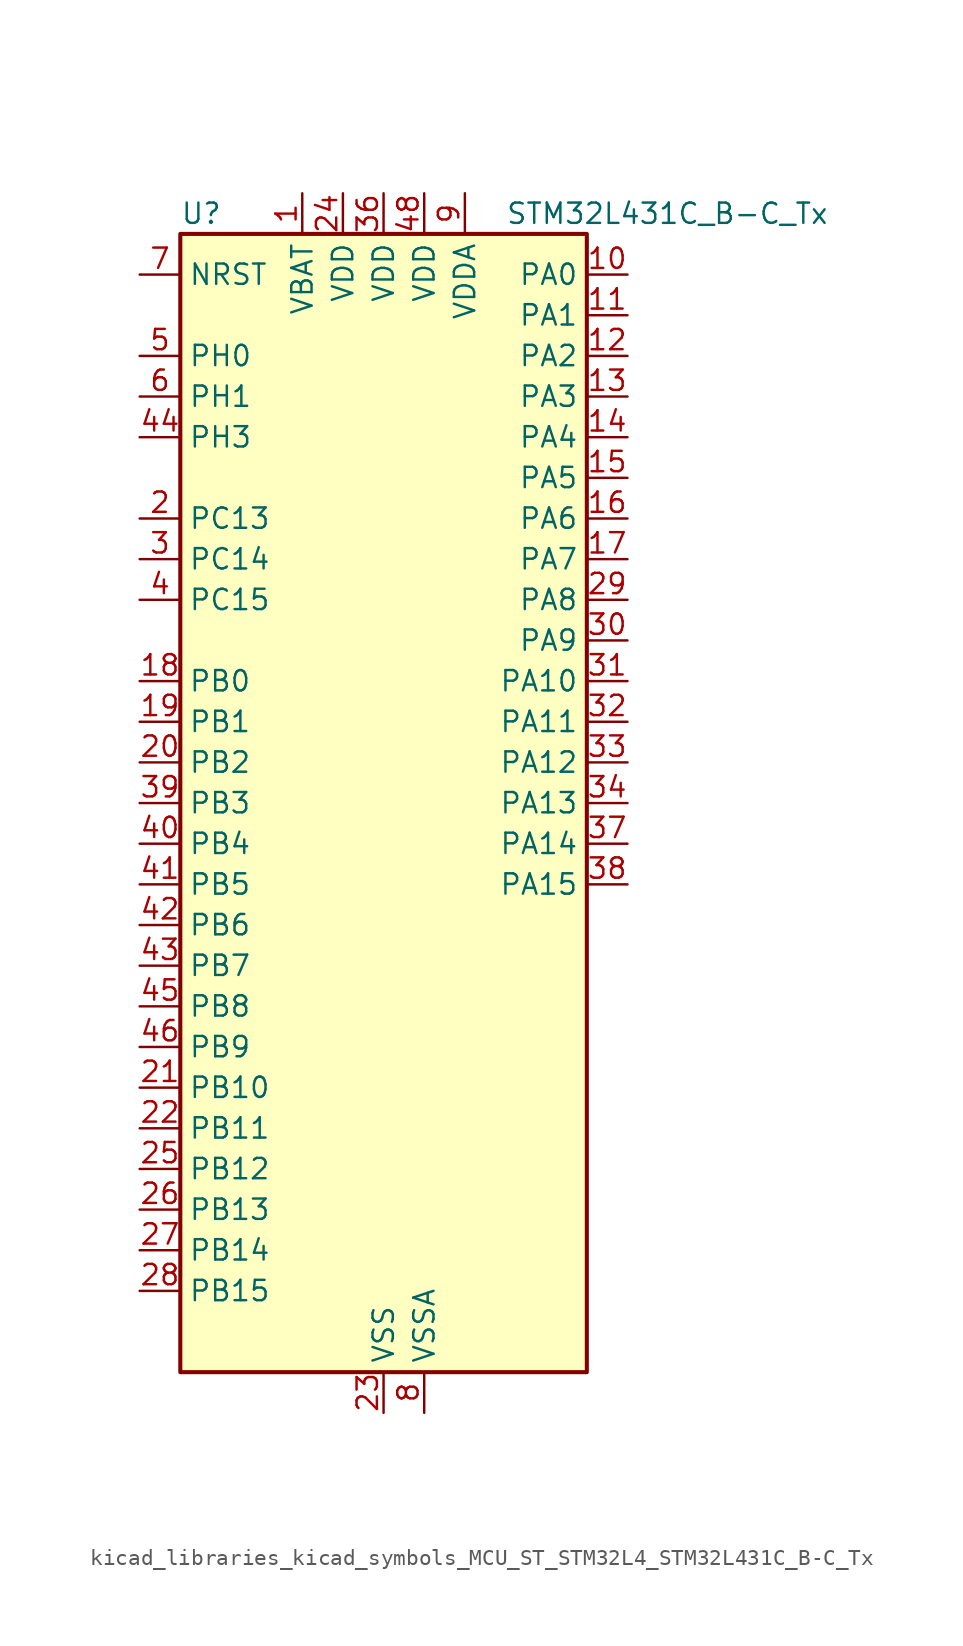
<source format=kicad_sym>
(kicad_symbol_lib
  (version 20220914)
  (generator kicad_symbol_editor)
  (symbol "kicad_libraries_kicad_symbols_MCU_ST_STM32L4_STM32L431C_B-C_Tx"
    (property "Reference" "U"
      (at -12.7 36.83 0)
      (effects (font (size 1.27 1.27)) (justify left)))
    (property "Value" "STM32L431C_B-C_Tx"
      (at 7.62 36.83 0)
      (effects (font (size 1.27 1.27)) (justify left)))
    (property "ki_locked" ""
      (at 0 0 0)
      (effects (font (size 1.27 1.27))))
    (symbol "kicad_libraries_kicad_symbols_MCU_ST_STM32L4_STM32L431C_B-C_Tx_0_1"
      (rectangle (start -12.7 -35.56) (end 12.7 35.56) (stroke (width 0.254) (type default)) (fill (type background))))
    (symbol "kicad_libraries_kicad_symbols_MCU_ST_STM32L4_STM32L431C_B-C_Tx_1_1"
      (pin power_in line (at -5.08 38.1 270) (length 2.54) (name "VBAT" (effects (font (size 1.27 1.27)))) (number "1" (effects (font (size 1.27 1.27)))))
      (pin bidirectional line (at 15.24 33.02 180) (length 2.54) (name "PA0" (effects (font (size 1.27 1.27)))) (number "10" (effects (font (size 1.27 1.27)))) (alternate "ADC1_IN5" bidirectional line) (alternate "COMP1_INM" bidirectional line) (alternate "COMP1_OUT" bidirectional line) (alternate "OPAMP1_VINP" bidirectional line) (alternate "RTC_TAMP2" bidirectional line) (alternate "SAI1_EXTCLK" bidirectional line) (alternate "SYS_WKUP1" bidirectional line) (alternate "TIM2_CH1" bidirectional line) (alternate "TIM2_ETR" bidirectional line) (alternate "USART2_CTS" bidirectional line))
      (pin bidirectional line (at 15.24 30.48 180) (length 2.54) (name "PA1" (effects (font (size 1.27 1.27)))) (number "11" (effects (font (size 1.27 1.27)))) (alternate "ADC1_IN6" bidirectional line) (alternate "COMP1_INP" bidirectional line) (alternate "I2C1_SMBA" bidirectional line) (alternate "OPAMP1_VINM" bidirectional line) (alternate "SPI1_SCK" bidirectional line) (alternate "TIM15_CH1N" bidirectional line) (alternate "TIM2_CH2" bidirectional line) (alternate "USART2_DE" bidirectional line) (alternate "USART2_RTS" bidirectional line))
      (pin bidirectional line (at 15.24 27.94 180) (length 2.54) (name "PA2" (effects (font (size 1.27 1.27)))) (number "12" (effects (font (size 1.27 1.27)))) (alternate "ADC1_IN7" bidirectional line) (alternate "COMP2_INM" bidirectional line) (alternate "COMP2_OUT" bidirectional line) (alternate "LPUART1_TX" bidirectional line) (alternate "QUADSPI_BK1_NCS" bidirectional line) (alternate "RCC_LSCO" bidirectional line) (alternate "SYS_WKUP4" bidirectional line) (alternate "TIM15_CH1" bidirectional line) (alternate "TIM2_CH3" bidirectional line) (alternate "USART2_TX" bidirectional line))
      (pin bidirectional line (at 15.24 25.4 180) (length 2.54) (name "PA3" (effects (font (size 1.27 1.27)))) (number "13" (effects (font (size 1.27 1.27)))) (alternate "ADC1_IN8" bidirectional line) (alternate "COMP2_INP" bidirectional line) (alternate "LPUART1_RX" bidirectional line) (alternate "OPAMP1_VOUT" bidirectional line) (alternate "QUADSPI_CLK" bidirectional line) (alternate "SAI1_MCLK_A" bidirectional line) (alternate "TIM15_CH2" bidirectional line) (alternate "TIM2_CH4" bidirectional line) (alternate "USART2_RX" bidirectional line))
      (pin bidirectional line (at 15.24 22.86 180) (length 2.54) (name "PA4" (effects (font (size 1.27 1.27)))) (number "14" (effects (font (size 1.27 1.27)))) (alternate "ADC1_IN9" bidirectional line) (alternate "COMP1_INM" bidirectional line) (alternate "COMP2_INM" bidirectional line) (alternate "DAC1_OUT1" bidirectional line) (alternate "LPTIM2_OUT" bidirectional line) (alternate "SAI1_FS_B" bidirectional line) (alternate "SPI1_NSS" bidirectional line) (alternate "SPI3_NSS" bidirectional line) (alternate "USART2_CK" bidirectional line))
      (pin bidirectional line (at 15.24 20.32 180) (length 2.54) (name "PA5" (effects (font (size 1.27 1.27)))) (number "15" (effects (font (size 1.27 1.27)))) (alternate "ADC1_IN10" bidirectional line) (alternate "COMP1_INM" bidirectional line) (alternate "COMP2_INM" bidirectional line) (alternate "DAC1_OUT2" bidirectional line) (alternate "LPTIM2_ETR" bidirectional line) (alternate "SPI1_SCK" bidirectional line) (alternate "TIM2_CH1" bidirectional line) (alternate "TIM2_ETR" bidirectional line))
      (pin bidirectional line (at 15.24 17.78 180) (length 2.54) (name "PA6" (effects (font (size 1.27 1.27)))) (number "16" (effects (font (size 1.27 1.27)))) (alternate "ADC1_IN11" bidirectional line) (alternate "COMP1_OUT" bidirectional line) (alternate "LPUART1_CTS" bidirectional line) (alternate "QUADSPI_BK1_IO3" bidirectional line) (alternate "SPI1_MISO" bidirectional line) (alternate "TIM16_CH1" bidirectional line) (alternate "TIM1_BKIN" bidirectional line) (alternate "TIM1_BKIN_COMP2" bidirectional line) (alternate "USART3_CTS" bidirectional line))
      (pin bidirectional line (at 15.24 15.24 180) (length 2.54) (name "PA7" (effects (font (size 1.27 1.27)))) (number "17" (effects (font (size 1.27 1.27)))) (alternate "ADC1_IN12" bidirectional line) (alternate "COMP2_OUT" bidirectional line) (alternate "I2C3_SCL" bidirectional line) (alternate "QUADSPI_BK1_IO2" bidirectional line) (alternate "SPI1_MOSI" bidirectional line) (alternate "TIM1_CH1N" bidirectional line))
      (pin bidirectional line (at -15.24 7.62 0) (length 2.54) (name "PB0" (effects (font (size 1.27 1.27)))) (number "18" (effects (font (size 1.27 1.27)))) (alternate "ADC1_IN15" bidirectional line) (alternate "COMP1_OUT" bidirectional line) (alternate "QUADSPI_BK1_IO1" bidirectional line) (alternate "SAI1_EXTCLK" bidirectional line) (alternate "SPI1_NSS" bidirectional line) (alternate "TIM1_CH2N" bidirectional line) (alternate "USART3_CK" bidirectional line))
      (pin bidirectional line (at -15.24 5.08 0) (length 2.54) (name "PB1" (effects (font (size 1.27 1.27)))) (number "19" (effects (font (size 1.27 1.27)))) (alternate "ADC1_IN16" bidirectional line) (alternate "COMP1_INM" bidirectional line) (alternate "LPTIM2_IN1" bidirectional line) (alternate "LPUART1_DE" bidirectional line) (alternate "LPUART1_RTS" bidirectional line) (alternate "QUADSPI_BK1_IO0" bidirectional line) (alternate "TIM1_CH3N" bidirectional line) (alternate "USART3_DE" bidirectional line) (alternate "USART3_RTS" bidirectional line))
      (pin bidirectional line (at -15.24 17.78 0) (length 2.54) (name "PC13" (effects (font (size 1.27 1.27)))) (number "2" (effects (font (size 1.27 1.27)))) (alternate "RTC_OUT_ALARM" bidirectional line) (alternate "RTC_OUT_CALIB" bidirectional line) (alternate "RTC_TAMP1" bidirectional line) (alternate "RTC_TS" bidirectional line) (alternate "SYS_WKUP2" bidirectional line))
      (pin bidirectional line (at -15.24 2.54 0) (length 2.54) (name "PB2" (effects (font (size 1.27 1.27)))) (number "20" (effects (font (size 1.27 1.27)))) (alternate "COMP1_INP" bidirectional line) (alternate "I2C3_SMBA" bidirectional line) (alternate "LPTIM1_OUT" bidirectional line) (alternate "RTC_OUT_ALARM" bidirectional line) (alternate "RTC_OUT_CALIB" bidirectional line))
      (pin bidirectional line (at -15.24 -17.78 0) (length 2.54) (name "PB10" (effects (font (size 1.27 1.27)))) (number "21" (effects (font (size 1.27 1.27)))) (alternate "COMP1_OUT" bidirectional line) (alternate "I2C2_SCL" bidirectional line) (alternate "LPUART1_RX" bidirectional line) (alternate "QUADSPI_CLK" bidirectional line) (alternate "SAI1_SCK_A" bidirectional line) (alternate "SPI2_SCK" bidirectional line) (alternate "TIM2_CH3" bidirectional line) (alternate "TSC_SYNC" bidirectional line) (alternate "USART3_TX" bidirectional line))
      (pin bidirectional line (at -15.24 -20.32 0) (length 2.54) (name "PB11" (effects (font (size 1.27 1.27)))) (number "22" (effects (font (size 1.27 1.27)))) (alternate "ADC1_EXTI11" bidirectional line) (alternate "COMP2_OUT" bidirectional line) (alternate "I2C2_SDA" bidirectional line) (alternate "LPUART1_TX" bidirectional line) (alternate "QUADSPI_BK1_NCS" bidirectional line) (alternate "TIM2_CH4" bidirectional line) (alternate "USART3_RX" bidirectional line))
      (pin power_in line (at 0 -38.1 90) (length 2.54) (name "VSS" (effects (font (size 1.27 1.27)))) (number "23" (effects (font (size 1.27 1.27)))))
      (pin power_in line (at -2.54 38.1 270) (length 2.54) (name "VDD" (effects (font (size 1.27 1.27)))) (number "24" (effects (font (size 1.27 1.27)))))
      (pin bidirectional line (at -15.24 -22.86 0) (length 2.54) (name "PB12" (effects (font (size 1.27 1.27)))) (number "25" (effects (font (size 1.27 1.27)))) (alternate "I2C2_SMBA" bidirectional line) (alternate "LPUART1_DE" bidirectional line) (alternate "LPUART1_RTS" bidirectional line) (alternate "SAI1_FS_A" bidirectional line) (alternate "SPI2_NSS" bidirectional line) (alternate "SWPMI1_IO" bidirectional line) (alternate "TIM15_BKIN" bidirectional line) (alternate "TIM1_BKIN" bidirectional line) (alternate "TIM1_BKIN_COMP2" bidirectional line) (alternate "TSC_G1_IO1" bidirectional line) (alternate "USART3_CK" bidirectional line))
      (pin bidirectional line (at -15.24 -25.4 0) (length 2.54) (name "PB13" (effects (font (size 1.27 1.27)))) (number "26" (effects (font (size 1.27 1.27)))) (alternate "I2C2_SCL" bidirectional line) (alternate "LPUART1_CTS" bidirectional line) (alternate "SAI1_SCK_A" bidirectional line) (alternate "SPI2_SCK" bidirectional line) (alternate "SWPMI1_TX" bidirectional line) (alternate "TIM15_CH1N" bidirectional line) (alternate "TIM1_CH1N" bidirectional line) (alternate "TSC_G1_IO2" bidirectional line) (alternate "USART3_CTS" bidirectional line))
      (pin bidirectional line (at -15.24 -27.94 0) (length 2.54) (name "PB14" (effects (font (size 1.27 1.27)))) (number "27" (effects (font (size 1.27 1.27)))) (alternate "I2C2_SDA" bidirectional line) (alternate "SAI1_MCLK_A" bidirectional line) (alternate "SPI2_MISO" bidirectional line) (alternate "SWPMI1_RX" bidirectional line) (alternate "TIM15_CH1" bidirectional line) (alternate "TIM1_CH2N" bidirectional line) (alternate "TSC_G1_IO3" bidirectional line) (alternate "USART3_DE" bidirectional line) (alternate "USART3_RTS" bidirectional line))
      (pin bidirectional line (at -15.24 -30.48 0) (length 2.54) (name "PB15" (effects (font (size 1.27 1.27)))) (number "28" (effects (font (size 1.27 1.27)))) (alternate "ADC1_EXTI15" bidirectional line) (alternate "RTC_REFIN" bidirectional line) (alternate "SAI1_SD_A" bidirectional line) (alternate "SPI2_MOSI" bidirectional line) (alternate "SWPMI1_SUSPEND" bidirectional line) (alternate "TIM15_CH2" bidirectional line) (alternate "TIM1_CH3N" bidirectional line) (alternate "TSC_G1_IO4" bidirectional line))
      (pin bidirectional line (at 15.24 12.7 180) (length 2.54) (name "PA8" (effects (font (size 1.27 1.27)))) (number "29" (effects (font (size 1.27 1.27)))) (alternate "LPTIM2_OUT" bidirectional line) (alternate "RCC_MCO" bidirectional line) (alternate "SAI1_SCK_A" bidirectional line) (alternate "SWPMI1_IO" bidirectional line) (alternate "TIM1_CH1" bidirectional line) (alternate "USART1_CK" bidirectional line))
      (pin bidirectional line (at -15.24 15.24 0) (length 2.54) (name "PC14" (effects (font (size 1.27 1.27)))) (number "3" (effects (font (size 1.27 1.27)))) (alternate "RCC_OSC32_IN" bidirectional line))
      (pin bidirectional line (at 15.24 10.16 180) (length 2.54) (name "PA9" (effects (font (size 1.27 1.27)))) (number "30" (effects (font (size 1.27 1.27)))) (alternate "DAC1_EXTI9" bidirectional line) (alternate "I2C1_SCL" bidirectional line) (alternate "SAI1_FS_A" bidirectional line) (alternate "TIM15_BKIN" bidirectional line) (alternate "TIM1_CH2" bidirectional line) (alternate "USART1_TX" bidirectional line))
      (pin bidirectional line (at 15.24 7.62 180) (length 2.54) (name "PA10" (effects (font (size 1.27 1.27)))) (number "31" (effects (font (size 1.27 1.27)))) (alternate "I2C1_SDA" bidirectional line) (alternate "SAI1_SD_A" bidirectional line) (alternate "TIM1_CH3" bidirectional line) (alternate "USART1_RX" bidirectional line))
      (pin bidirectional line (at 15.24 5.08 180) (length 2.54) (name "PA11" (effects (font (size 1.27 1.27)))) (number "32" (effects (font (size 1.27 1.27)))) (alternate "ADC1_EXTI11" bidirectional line) (alternate "CAN1_RX" bidirectional line) (alternate "COMP1_OUT" bidirectional line) (alternate "SPI1_MISO" bidirectional line) (alternate "TIM1_BKIN2" bidirectional line) (alternate "TIM1_BKIN2_COMP1" bidirectional line) (alternate "TIM1_CH4" bidirectional line) (alternate "USART1_CTS" bidirectional line))
      (pin bidirectional line (at 15.24 2.54 180) (length 2.54) (name "PA12" (effects (font (size 1.27 1.27)))) (number "33" (effects (font (size 1.27 1.27)))) (alternate "CAN1_TX" bidirectional line) (alternate "SPI1_MOSI" bidirectional line) (alternate "TIM1_ETR" bidirectional line) (alternate "USART1_DE" bidirectional line) (alternate "USART1_RTS" bidirectional line))
      (pin bidirectional line (at 15.24 0 180) (length 2.54) (name "PA13" (effects (font (size 1.27 1.27)))) (number "34" (effects (font (size 1.27 1.27)))) (alternate "IR_OUT" bidirectional line) (alternate "SAI1_SD_B" bidirectional line) (alternate "SWPMI1_TX" bidirectional line) (alternate "SYS_JTMS-SWDIO" bidirectional line))
      (pin passive line (at 0 -38.1 90) (length 2.54) hide (name "VSS" (effects (font (size 1.27 1.27)))) (number "35" (effects (font (size 1.27 1.27)))))
      (pin power_in line (at 0 38.1 270) (length 2.54) (name "VDD" (effects (font (size 1.27 1.27)))) (number "36" (effects (font (size 1.27 1.27)))))
      (pin bidirectional line (at 15.24 -2.54 180) (length 2.54) (name "PA14" (effects (font (size 1.27 1.27)))) (number "37" (effects (font (size 1.27 1.27)))) (alternate "I2C1_SMBA" bidirectional line) (alternate "LPTIM1_OUT" bidirectional line) (alternate "SAI1_FS_B" bidirectional line) (alternate "SWPMI1_RX" bidirectional line) (alternate "SYS_JTCK-SWCLK" bidirectional line))
      (pin bidirectional line (at 15.24 -5.08 180) (length 2.54) (name "PA15" (effects (font (size 1.27 1.27)))) (number "38" (effects (font (size 1.27 1.27)))) (alternate "ADC1_EXTI15" bidirectional line) (alternate "SPI1_NSS" bidirectional line) (alternate "SPI3_NSS" bidirectional line) (alternate "SWPMI1_SUSPEND" bidirectional line) (alternate "SYS_JTDI" bidirectional line) (alternate "TIM2_CH1" bidirectional line) (alternate "TIM2_ETR" bidirectional line) (alternate "USART2_RX" bidirectional line) (alternate "USART3_DE" bidirectional line) (alternate "USART3_RTS" bidirectional line))
      (pin bidirectional line (at -15.24 0 0) (length 2.54) (name "PB3" (effects (font (size 1.27 1.27)))) (number "39" (effects (font (size 1.27 1.27)))) (alternate "COMP2_INM" bidirectional line) (alternate "SAI1_SCK_B" bidirectional line) (alternate "SPI1_SCK" bidirectional line) (alternate "SPI3_SCK" bidirectional line) (alternate "SYS_JTDO-SWO" bidirectional line) (alternate "TIM2_CH2" bidirectional line) (alternate "USART1_DE" bidirectional line) (alternate "USART1_RTS" bidirectional line))
      (pin bidirectional line (at -15.24 12.7 0) (length 2.54) (name "PC15" (effects (font (size 1.27 1.27)))) (number "4" (effects (font (size 1.27 1.27)))) (alternate "ADC1_EXTI15" bidirectional line) (alternate "RCC_OSC32_OUT" bidirectional line))
      (pin bidirectional line (at -15.24 -2.54 0) (length 2.54) (name "PB4" (effects (font (size 1.27 1.27)))) (number "40" (effects (font (size 1.27 1.27)))) (alternate "COMP2_INP" bidirectional line) (alternate "I2C3_SDA" bidirectional line) (alternate "SAI1_MCLK_B" bidirectional line) (alternate "SPI1_MISO" bidirectional line) (alternate "SPI3_MISO" bidirectional line) (alternate "SYS_JTRST" bidirectional line) (alternate "TSC_G2_IO1" bidirectional line) (alternate "USART1_CTS" bidirectional line))
      (pin bidirectional line (at -15.24 -5.08 0) (length 2.54) (name "PB5" (effects (font (size 1.27 1.27)))) (number "41" (effects (font (size 1.27 1.27)))) (alternate "COMP2_OUT" bidirectional line) (alternate "I2C1_SMBA" bidirectional line) (alternate "LPTIM1_IN1" bidirectional line) (alternate "SAI1_SD_B" bidirectional line) (alternate "SPI1_MOSI" bidirectional line) (alternate "SPI3_MOSI" bidirectional line) (alternate "TIM16_BKIN" bidirectional line) (alternate "TSC_G2_IO2" bidirectional line) (alternate "USART1_CK" bidirectional line))
      (pin bidirectional line (at -15.24 -7.62 0) (length 2.54) (name "PB6" (effects (font (size 1.27 1.27)))) (number "42" (effects (font (size 1.27 1.27)))) (alternate "COMP2_INP" bidirectional line) (alternate "I2C1_SCL" bidirectional line) (alternate "LPTIM1_ETR" bidirectional line) (alternate "SAI1_FS_B" bidirectional line) (alternate "TIM16_CH1N" bidirectional line) (alternate "TSC_G2_IO3" bidirectional line) (alternate "USART1_TX" bidirectional line))
      (pin bidirectional line (at -15.24 -10.16 0) (length 2.54) (name "PB7" (effects (font (size 1.27 1.27)))) (number "43" (effects (font (size 1.27 1.27)))) (alternate "COMP2_INM" bidirectional line) (alternate "I2C1_SDA" bidirectional line) (alternate "LPTIM1_IN2" bidirectional line) (alternate "SYS_PVD_IN" bidirectional line) (alternate "TSC_G2_IO4" bidirectional line) (alternate "USART1_RX" bidirectional line))
      (pin bidirectional line (at -15.24 22.86 0) (length 2.54) (name "PH3" (effects (font (size 1.27 1.27)))) (number "44" (effects (font (size 1.27 1.27)))))
      (pin bidirectional line (at -15.24 -12.7 0) (length 2.54) (name "PB8" (effects (font (size 1.27 1.27)))) (number "45" (effects (font (size 1.27 1.27)))) (alternate "CAN1_RX" bidirectional line) (alternate "I2C1_SCL" bidirectional line) (alternate "SAI1_MCLK_A" bidirectional line) (alternate "TIM16_CH1" bidirectional line))
      (pin bidirectional line (at -15.24 -15.24 0) (length 2.54) (name "PB9" (effects (font (size 1.27 1.27)))) (number "46" (effects (font (size 1.27 1.27)))) (alternate "CAN1_TX" bidirectional line) (alternate "DAC1_EXTI9" bidirectional line) (alternate "I2C1_SDA" bidirectional line) (alternate "IR_OUT" bidirectional line) (alternate "SAI1_FS_A" bidirectional line) (alternate "SPI2_NSS" bidirectional line))
      (pin passive line (at 0 -38.1 90) (length 2.54) hide (name "VSS" (effects (font (size 1.27 1.27)))) (number "47" (effects (font (size 1.27 1.27)))))
      (pin power_in line (at 2.54 38.1 270) (length 2.54) (name "VDD" (effects (font (size 1.27 1.27)))) (number "48" (effects (font (size 1.27 1.27)))))
      (pin bidirectional line (at -15.24 27.94 0) (length 2.54) (name "PH0" (effects (font (size 1.27 1.27)))) (number "5" (effects (font (size 1.27 1.27)))) (alternate "RCC_OSC_IN" bidirectional line))
      (pin bidirectional line (at -15.24 25.4 0) (length 2.54) (name "PH1" (effects (font (size 1.27 1.27)))) (number "6" (effects (font (size 1.27 1.27)))) (alternate "RCC_OSC_OUT" bidirectional line))
      (pin input line (at -15.24 33.02 0) (length 2.54) (name "NRST" (effects (font (size 1.27 1.27)))) (number "7" (effects (font (size 1.27 1.27)))))
      (pin power_in line (at 2.54 -38.1 90) (length 2.54) (name "VSSA" (effects (font (size 1.27 1.27)))) (number "8" (effects (font (size 1.27 1.27)))))
      (pin power_in line (at 5.08 38.1 270) (length 2.54) (name "VDDA" (effects (font (size 1.27 1.27)))) (number "9" (effects (font (size 1.27 1.27))))))))
</source>
